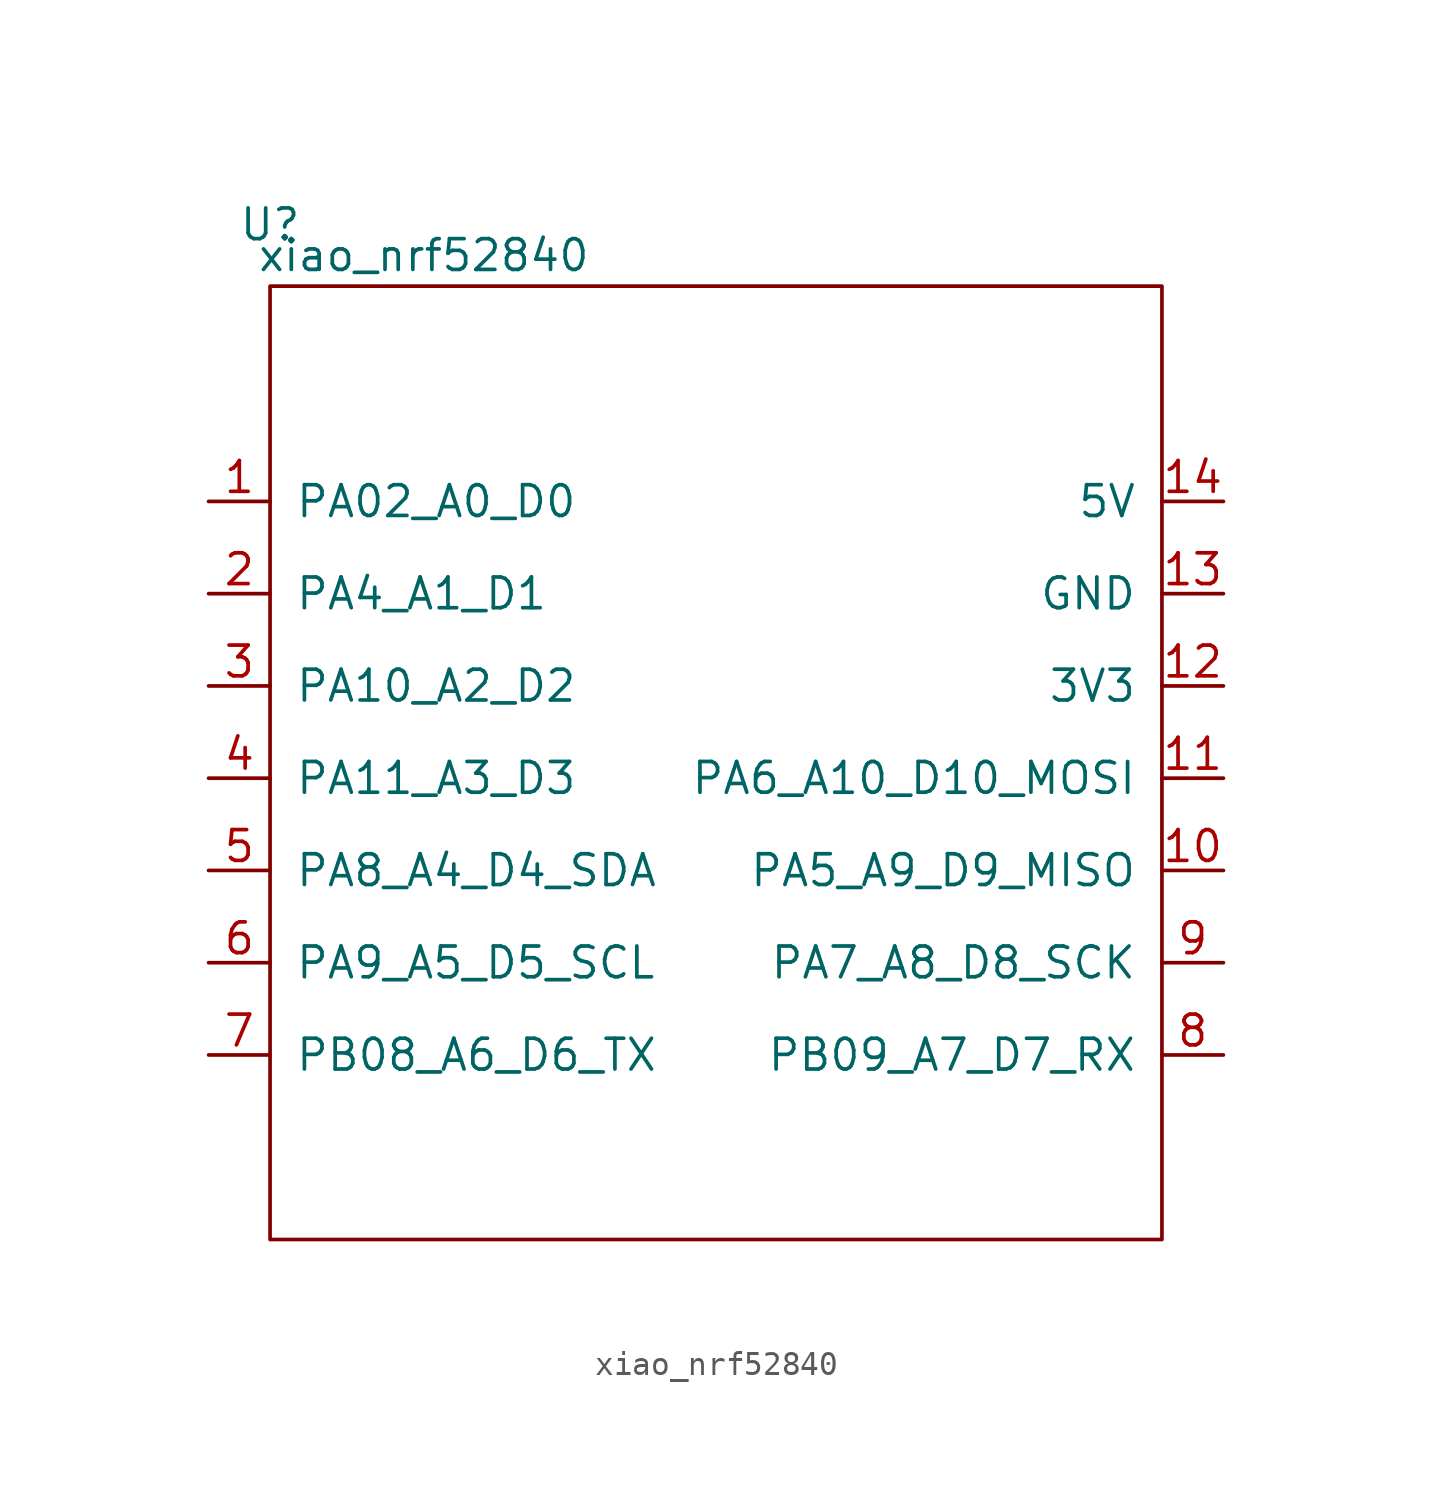
<source format=kicad_sym>
(kicad_symbol_lib
  (version 20220914)
  (generator kicad_symbol_editor)
  (symbol "xiao_nrf52840"
    (pin_names
      (offset 1.016))
    (property "Reference" "U"
      (at -19.05 22.86 0)
      (effects (font (size 1.27 1.27))))
    (property "Value" "xiao_nrf52840"
      (at -12.7 21.59 0)
      (effects (font (size 1.27 1.27))))
    (symbol "xiao_nrf52840_0_1"
      (rectangle (start -19.05 20.32) (end 17.78 -19.05) (stroke (width 0) (type solid)) (fill (type none))))
    (symbol "xiao_nrf52840_1_1"
      (pin unspecified line (at -21.59 11.43 0) (length 2.54) (name "PA02_A0_D0" (effects (font (size 1.27 1.27)))) (number "1" (effects (font (size 1.27 1.27)))))
      (pin unspecified line (at 20.32 -3.81 180) (length 2.54) (name "PA5_A9_D9_MISO" (effects (font (size 1.27 1.27)))) (number "10" (effects (font (size 1.27 1.27)))))
      (pin unspecified line (at 20.32 0 180) (length 2.54) (name "PA6_A10_D10_MOSI" (effects (font (size 1.27 1.27)))) (number "11" (effects (font (size 1.27 1.27)))))
      (pin unspecified line (at 20.32 3.81 180) (length 2.54) (name "3V3" (effects (font (size 1.27 1.27)))) (number "12" (effects (font (size 1.27 1.27)))))
      (pin unspecified line (at 20.32 7.62 180) (length 2.54) (name "GND" (effects (font (size 1.27 1.27)))) (number "13" (effects (font (size 1.27 1.27)))))
      (pin unspecified line (at 20.32 11.43 180) (length 2.54) (name "5V" (effects (font (size 1.27 1.27)))) (number "14" (effects (font (size 1.27 1.27)))))
      (pin unspecified line (at -21.59 7.62 0) (length 2.54) (name "PA4_A1_D1" (effects (font (size 1.27 1.27)))) (number "2" (effects (font (size 1.27 1.27)))))
      (pin unspecified line (at -21.59 3.81 0) (length 2.54) (name "PA10_A2_D2" (effects (font (size 1.27 1.27)))) (number "3" (effects (font (size 1.27 1.27)))))
      (pin unspecified line (at -21.59 0 0) (length 2.54) (name "PA11_A3_D3" (effects (font (size 1.27 1.27)))) (number "4" (effects (font (size 1.27 1.27)))))
      (pin unspecified line (at -21.59 -3.81 0) (length 2.54) (name "PA8_A4_D4_SDA" (effects (font (size 1.27 1.27)))) (number "5" (effects (font (size 1.27 1.27)))))
      (pin unspecified line (at -21.59 -7.62 0) (length 2.54) (name "PA9_A5_D5_SCL" (effects (font (size 1.27 1.27)))) (number "6" (effects (font (size 1.27 1.27)))))
      (pin unspecified line (at -21.59 -11.43 0) (length 2.54) (name "PB08_A6_D6_TX" (effects (font (size 1.27 1.27)))) (number "7" (effects (font (size 1.27 1.27)))))
      (pin unspecified line (at 20.32 -11.43 180) (length 2.54) (name "PB09_A7_D7_RX" (effects (font (size 1.27 1.27)))) (number "8" (effects (font (size 1.27 1.27)))))
      (pin unspecified line (at 20.32 -7.62 180) (length 2.54) (name "PA7_A8_D8_SCK" (effects (font (size 1.27 1.27)))) (number "9" (effects (font (size 1.27 1.27))))))))
</source>
